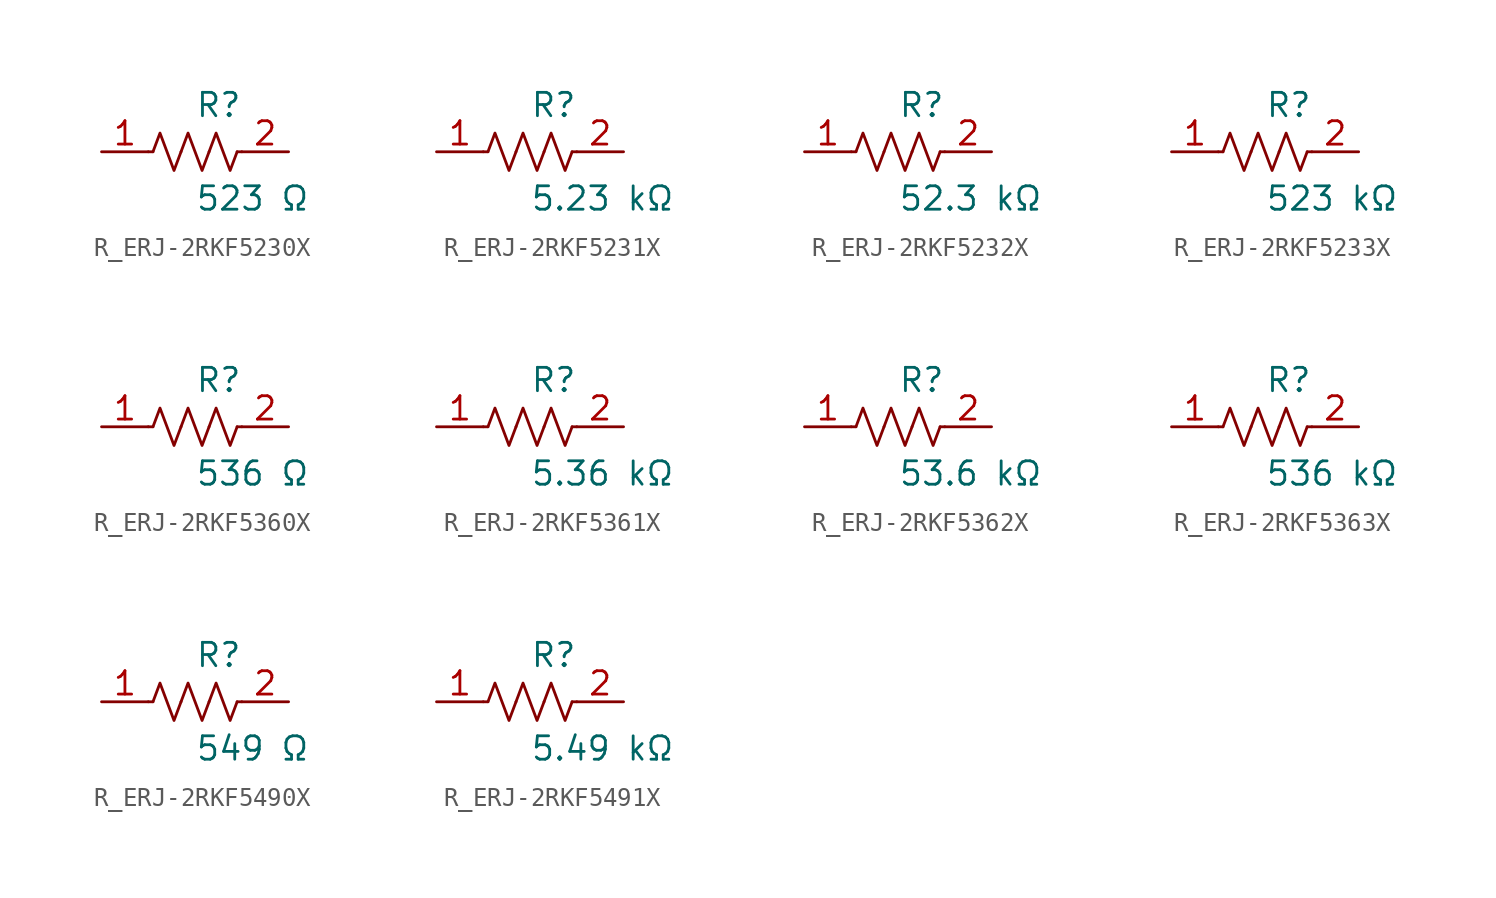
<source format=kicad_sym>
(kicad_symbol_lib
  (version 20231120)
  (generator kicad_symbol_editor)
  (generator_version 8.0)
  (symbol "R_ERJ-2RKF5230X"
    (pin_names
      (offset 0.254))
    (property "Reference" "R"
      (at 0 2.54 0)
      (effects (font (size 1.27 1.27)) (justify left)))
    (property "Value" "523 Ω"
      (at 0 -2.54 0)
      (effects (font (size 1.27 1.27)) (justify left)))
    (symbol "R_ERJ-2RKF5230X_0_1"
      (polyline (pts (xy 2.286 0) (xy 2.54 0)) (stroke (width 0) (type default)) (fill (type none)))
      (polyline (pts (xy -2.286 0) (xy -2.54 0)) (stroke (width 0) (type default)) (fill (type none)))
      (polyline (pts (xy 0.762 0) (xy 1.143 1.016) (xy 1.524 0) (xy 1.905 -1.016) (xy 2.286 0)) (stroke (width 0) (type default)) (fill (type none)))
      (polyline (pts (xy -0.762 0) (xy -0.381 1.016) (xy 0 0) (xy 0.381 -1.016) (xy 0.762 0)) (stroke (width 0) (type default)) (fill (type none)))
      (polyline (pts (xy -2.286 0) (xy -1.905 1.016) (xy -1.524 0) (xy -1.143 -1.016) (xy -0.762 0)) (stroke (width 0) (type default)) (fill (type none))))
    (pin unspecified line
      (at -5.08 0 0)
      (length 2.54)
      (name "" (effects (font (size 1.27 1.27))))
      (number "1" (effects (font (size 1.27 1.27)))))
    (pin unspecified line
      (at 5.08 0 180)
      (length 2.54)
      (name "" (effects (font (size 1.27 1.27))))
      (number "2" (effects (font (size 1.27 1.27))))))
  (symbol "R_ERJ-2RKF5231X"
    (pin_names
      (offset 0.254))
    (property "Reference" "R"
      (at 0 2.54 0)
      (effects (font (size 1.27 1.27)) (justify left)))
    (property "Value" "5.23 kΩ"
      (at 0 -2.54 0)
      (effects (font (size 1.27 1.27)) (justify left)))
    (symbol "R_ERJ-2RKF5231X_0_1"
      (polyline (pts (xy 2.286 0) (xy 2.54 0)) (stroke (width 0) (type default)) (fill (type none)))
      (polyline (pts (xy -2.286 0) (xy -2.54 0)) (stroke (width 0) (type default)) (fill (type none)))
      (polyline (pts (xy 0.762 0) (xy 1.143 1.016) (xy 1.524 0) (xy 1.905 -1.016) (xy 2.286 0)) (stroke (width 0) (type default)) (fill (type none)))
      (polyline (pts (xy -0.762 0) (xy -0.381 1.016) (xy 0 0) (xy 0.381 -1.016) (xy 0.762 0)) (stroke (width 0) (type default)) (fill (type none)))
      (polyline (pts (xy -2.286 0) (xy -1.905 1.016) (xy -1.524 0) (xy -1.143 -1.016) (xy -0.762 0)) (stroke (width 0) (type default)) (fill (type none))))
    (pin unspecified line
      (at -5.08 0 0)
      (length 2.54)
      (name "" (effects (font (size 1.27 1.27))))
      (number "1" (effects (font (size 1.27 1.27)))))
    (pin unspecified line
      (at 5.08 0 180)
      (length 2.54)
      (name "" (effects (font (size 1.27 1.27))))
      (number "2" (effects (font (size 1.27 1.27))))))
  (symbol "R_ERJ-2RKF5232X"
    (pin_names
      (offset 0.254))
    (property "Reference" "R"
      (at 0 2.54 0)
      (effects (font (size 1.27 1.27)) (justify left)))
    (property "Value" "52.3 kΩ"
      (at 0 -2.54 0)
      (effects (font (size 1.27 1.27)) (justify left)))
    (symbol "R_ERJ-2RKF5232X_0_1"
      (polyline (pts (xy 2.286 0) (xy 2.54 0)) (stroke (width 0) (type default)) (fill (type none)))
      (polyline (pts (xy -2.286 0) (xy -2.54 0)) (stroke (width 0) (type default)) (fill (type none)))
      (polyline (pts (xy 0.762 0) (xy 1.143 1.016) (xy 1.524 0) (xy 1.905 -1.016) (xy 2.286 0)) (stroke (width 0) (type default)) (fill (type none)))
      (polyline (pts (xy -0.762 0) (xy -0.381 1.016) (xy 0 0) (xy 0.381 -1.016) (xy 0.762 0)) (stroke (width 0) (type default)) (fill (type none)))
      (polyline (pts (xy -2.286 0) (xy -1.905 1.016) (xy -1.524 0) (xy -1.143 -1.016) (xy -0.762 0)) (stroke (width 0) (type default)) (fill (type none))))
    (pin unspecified line
      (at -5.08 0 0)
      (length 2.54)
      (name "" (effects (font (size 1.27 1.27))))
      (number "1" (effects (font (size 1.27 1.27)))))
    (pin unspecified line
      (at 5.08 0 180)
      (length 2.54)
      (name "" (effects (font (size 1.27 1.27))))
      (number "2" (effects (font (size 1.27 1.27))))))
  (symbol "R_ERJ-2RKF5233X"
    (pin_names
      (offset 0.254))
    (property "Reference" "R"
      (at 0 2.54 0)
      (effects (font (size 1.27 1.27)) (justify left)))
    (property "Value" "523 kΩ"
      (at 0 -2.54 0)
      (effects (font (size 1.27 1.27)) (justify left)))
    (symbol "R_ERJ-2RKF5233X_0_1"
      (polyline (pts (xy 2.286 0) (xy 2.54 0)) (stroke (width 0) (type default)) (fill (type none)))
      (polyline (pts (xy -2.286 0) (xy -2.54 0)) (stroke (width 0) (type default)) (fill (type none)))
      (polyline (pts (xy 0.762 0) (xy 1.143 1.016) (xy 1.524 0) (xy 1.905 -1.016) (xy 2.286 0)) (stroke (width 0) (type default)) (fill (type none)))
      (polyline (pts (xy -0.762 0) (xy -0.381 1.016) (xy 0 0) (xy 0.381 -1.016) (xy 0.762 0)) (stroke (width 0) (type default)) (fill (type none)))
      (polyline (pts (xy -2.286 0) (xy -1.905 1.016) (xy -1.524 0) (xy -1.143 -1.016) (xy -0.762 0)) (stroke (width 0) (type default)) (fill (type none))))
    (pin unspecified line
      (at -5.08 0 0)
      (length 2.54)
      (name "" (effects (font (size 1.27 1.27))))
      (number "1" (effects (font (size 1.27 1.27)))))
    (pin unspecified line
      (at 5.08 0 180)
      (length 2.54)
      (name "" (effects (font (size 1.27 1.27))))
      (number "2" (effects (font (size 1.27 1.27))))))
  (symbol "R_ERJ-2RKF5360X"
    (pin_names
      (offset 0.254))
    (property "Reference" "R"
      (at 0 2.54 0)
      (effects (font (size 1.27 1.27)) (justify left)))
    (property "Value" "536 Ω"
      (at 0 -2.54 0)
      (effects (font (size 1.27 1.27)) (justify left)))
    (symbol "R_ERJ-2RKF5360X_0_1"
      (polyline (pts (xy 2.286 0) (xy 2.54 0)) (stroke (width 0) (type default)) (fill (type none)))
      (polyline (pts (xy -2.286 0) (xy -2.54 0)) (stroke (width 0) (type default)) (fill (type none)))
      (polyline (pts (xy 0.762 0) (xy 1.143 1.016) (xy 1.524 0) (xy 1.905 -1.016) (xy 2.286 0)) (stroke (width 0) (type default)) (fill (type none)))
      (polyline (pts (xy -0.762 0) (xy -0.381 1.016) (xy 0 0) (xy 0.381 -1.016) (xy 0.762 0)) (stroke (width 0) (type default)) (fill (type none)))
      (polyline (pts (xy -2.286 0) (xy -1.905 1.016) (xy -1.524 0) (xy -1.143 -1.016) (xy -0.762 0)) (stroke (width 0) (type default)) (fill (type none))))
    (pin unspecified line
      (at -5.08 0 0)
      (length 2.54)
      (name "" (effects (font (size 1.27 1.27))))
      (number "1" (effects (font (size 1.27 1.27)))))
    (pin unspecified line
      (at 5.08 0 180)
      (length 2.54)
      (name "" (effects (font (size 1.27 1.27))))
      (number "2" (effects (font (size 1.27 1.27))))))
  (symbol "R_ERJ-2RKF5361X"
    (pin_names
      (offset 0.254))
    (property "Reference" "R"
      (at 0 2.54 0)
      (effects (font (size 1.27 1.27)) (justify left)))
    (property "Value" "5.36 kΩ"
      (at 0 -2.54 0)
      (effects (font (size 1.27 1.27)) (justify left)))
    (symbol "R_ERJ-2RKF5361X_0_1"
      (polyline (pts (xy 2.286 0) (xy 2.54 0)) (stroke (width 0) (type default)) (fill (type none)))
      (polyline (pts (xy -2.286 0) (xy -2.54 0)) (stroke (width 0) (type default)) (fill (type none)))
      (polyline (pts (xy 0.762 0) (xy 1.143 1.016) (xy 1.524 0) (xy 1.905 -1.016) (xy 2.286 0)) (stroke (width 0) (type default)) (fill (type none)))
      (polyline (pts (xy -0.762 0) (xy -0.381 1.016) (xy 0 0) (xy 0.381 -1.016) (xy 0.762 0)) (stroke (width 0) (type default)) (fill (type none)))
      (polyline (pts (xy -2.286 0) (xy -1.905 1.016) (xy -1.524 0) (xy -1.143 -1.016) (xy -0.762 0)) (stroke (width 0) (type default)) (fill (type none))))
    (pin unspecified line
      (at -5.08 0 0)
      (length 2.54)
      (name "" (effects (font (size 1.27 1.27))))
      (number "1" (effects (font (size 1.27 1.27)))))
    (pin unspecified line
      (at 5.08 0 180)
      (length 2.54)
      (name "" (effects (font (size 1.27 1.27))))
      (number "2" (effects (font (size 1.27 1.27))))))
  (symbol "R_ERJ-2RKF5362X"
    (pin_names
      (offset 0.254))
    (property "Reference" "R"
      (at 0 2.54 0)
      (effects (font (size 1.27 1.27)) (justify left)))
    (property "Value" "53.6 kΩ"
      (at 0 -2.54 0)
      (effects (font (size 1.27 1.27)) (justify left)))
    (symbol "R_ERJ-2RKF5362X_0_1"
      (polyline (pts (xy 2.286 0) (xy 2.54 0)) (stroke (width 0) (type default)) (fill (type none)))
      (polyline (pts (xy -2.286 0) (xy -2.54 0)) (stroke (width 0) (type default)) (fill (type none)))
      (polyline (pts (xy 0.762 0) (xy 1.143 1.016) (xy 1.524 0) (xy 1.905 -1.016) (xy 2.286 0)) (stroke (width 0) (type default)) (fill (type none)))
      (polyline (pts (xy -0.762 0) (xy -0.381 1.016) (xy 0 0) (xy 0.381 -1.016) (xy 0.762 0)) (stroke (width 0) (type default)) (fill (type none)))
      (polyline (pts (xy -2.286 0) (xy -1.905 1.016) (xy -1.524 0) (xy -1.143 -1.016) (xy -0.762 0)) (stroke (width 0) (type default)) (fill (type none))))
    (pin unspecified line
      (at -5.08 0 0)
      (length 2.54)
      (name "" (effects (font (size 1.27 1.27))))
      (number "1" (effects (font (size 1.27 1.27)))))
    (pin unspecified line
      (at 5.08 0 180)
      (length 2.54)
      (name "" (effects (font (size 1.27 1.27))))
      (number "2" (effects (font (size 1.27 1.27))))))
  (symbol "R_ERJ-2RKF5363X"
    (pin_names
      (offset 0.254))
    (property "Reference" "R"
      (at 0 2.54 0)
      (effects (font (size 1.27 1.27)) (justify left)))
    (property "Value" "536 kΩ"
      (at 0 -2.54 0)
      (effects (font (size 1.27 1.27)) (justify left)))
    (symbol "R_ERJ-2RKF5363X_0_1"
      (polyline (pts (xy 2.286 0) (xy 2.54 0)) (stroke (width 0) (type default)) (fill (type none)))
      (polyline (pts (xy -2.286 0) (xy -2.54 0)) (stroke (width 0) (type default)) (fill (type none)))
      (polyline (pts (xy 0.762 0) (xy 1.143 1.016) (xy 1.524 0) (xy 1.905 -1.016) (xy 2.286 0)) (stroke (width 0) (type default)) (fill (type none)))
      (polyline (pts (xy -0.762 0) (xy -0.381 1.016) (xy 0 0) (xy 0.381 -1.016) (xy 0.762 0)) (stroke (width 0) (type default)) (fill (type none)))
      (polyline (pts (xy -2.286 0) (xy -1.905 1.016) (xy -1.524 0) (xy -1.143 -1.016) (xy -0.762 0)) (stroke (width 0) (type default)) (fill (type none))))
    (pin unspecified line
      (at -5.08 0 0)
      (length 2.54)
      (name "" (effects (font (size 1.27 1.27))))
      (number "1" (effects (font (size 1.27 1.27)))))
    (pin unspecified line
      (at 5.08 0 180)
      (length 2.54)
      (name "" (effects (font (size 1.27 1.27))))
      (number "2" (effects (font (size 1.27 1.27))))))
  (symbol "R_ERJ-2RKF5490X"
    (pin_names
      (offset 0.254))
    (property "Reference" "R"
      (at 0 2.54 0)
      (effects (font (size 1.27 1.27)) (justify left)))
    (property "Value" "549 Ω"
      (at 0 -2.54 0)
      (effects (font (size 1.27 1.27)) (justify left)))
    (symbol "R_ERJ-2RKF5490X_0_1"
      (polyline (pts (xy 2.286 0) (xy 2.54 0)) (stroke (width 0) (type default)) (fill (type none)))
      (polyline (pts (xy -2.286 0) (xy -2.54 0)) (stroke (width 0) (type default)) (fill (type none)))
      (polyline (pts (xy 0.762 0) (xy 1.143 1.016) (xy 1.524 0) (xy 1.905 -1.016) (xy 2.286 0)) (stroke (width 0) (type default)) (fill (type none)))
      (polyline (pts (xy -0.762 0) (xy -0.381 1.016) (xy 0 0) (xy 0.381 -1.016) (xy 0.762 0)) (stroke (width 0) (type default)) (fill (type none)))
      (polyline (pts (xy -2.286 0) (xy -1.905 1.016) (xy -1.524 0) (xy -1.143 -1.016) (xy -0.762 0)) (stroke (width 0) (type default)) (fill (type none))))
    (pin unspecified line
      (at -5.08 0 0)
      (length 2.54)
      (name "" (effects (font (size 1.27 1.27))))
      (number "1" (effects (font (size 1.27 1.27)))))
    (pin unspecified line
      (at 5.08 0 180)
      (length 2.54)
      (name "" (effects (font (size 1.27 1.27))))
      (number "2" (effects (font (size 1.27 1.27))))))
  (symbol "R_ERJ-2RKF5491X"
    (pin_names
      (offset 0.254))
    (property "Reference" "R"
      (at 0 2.54 0)
      (effects (font (size 1.27 1.27)) (justify left)))
    (property "Value" "5.49 kΩ"
      (at 0 -2.54 0)
      (effects (font (size 1.27 1.27)) (justify left)))
    (symbol "R_ERJ-2RKF5491X_0_1"
      (polyline (pts (xy 2.286 0) (xy 2.54 0)) (stroke (width 0) (type default)) (fill (type none)))
      (polyline (pts (xy -2.286 0) (xy -2.54 0)) (stroke (width 0) (type default)) (fill (type none)))
      (polyline (pts (xy 0.762 0) (xy 1.143 1.016) (xy 1.524 0) (xy 1.905 -1.016) (xy 2.286 0)) (stroke (width 0) (type default)) (fill (type none)))
      (polyline (pts (xy -0.762 0) (xy -0.381 1.016) (xy 0 0) (xy 0.381 -1.016) (xy 0.762 0)) (stroke (width 0) (type default)) (fill (type none)))
      (polyline (pts (xy -2.286 0) (xy -1.905 1.016) (xy -1.524 0) (xy -1.143 -1.016) (xy -0.762 0)) (stroke (width 0) (type default)) (fill (type none))))
    (pin unspecified line
      (at -5.08 0 0)
      (length 2.54)
      (name "" (effects (font (size 1.27 1.27))))
      (number "1" (effects (font (size 1.27 1.27)))))
    (pin unspecified line
      (at 5.08 0 180)
      (length 2.54)
      (name "" (effects (font (size 1.27 1.27))))
      (number "2" (effects (font (size 1.27 1.27)))))))
</source>
